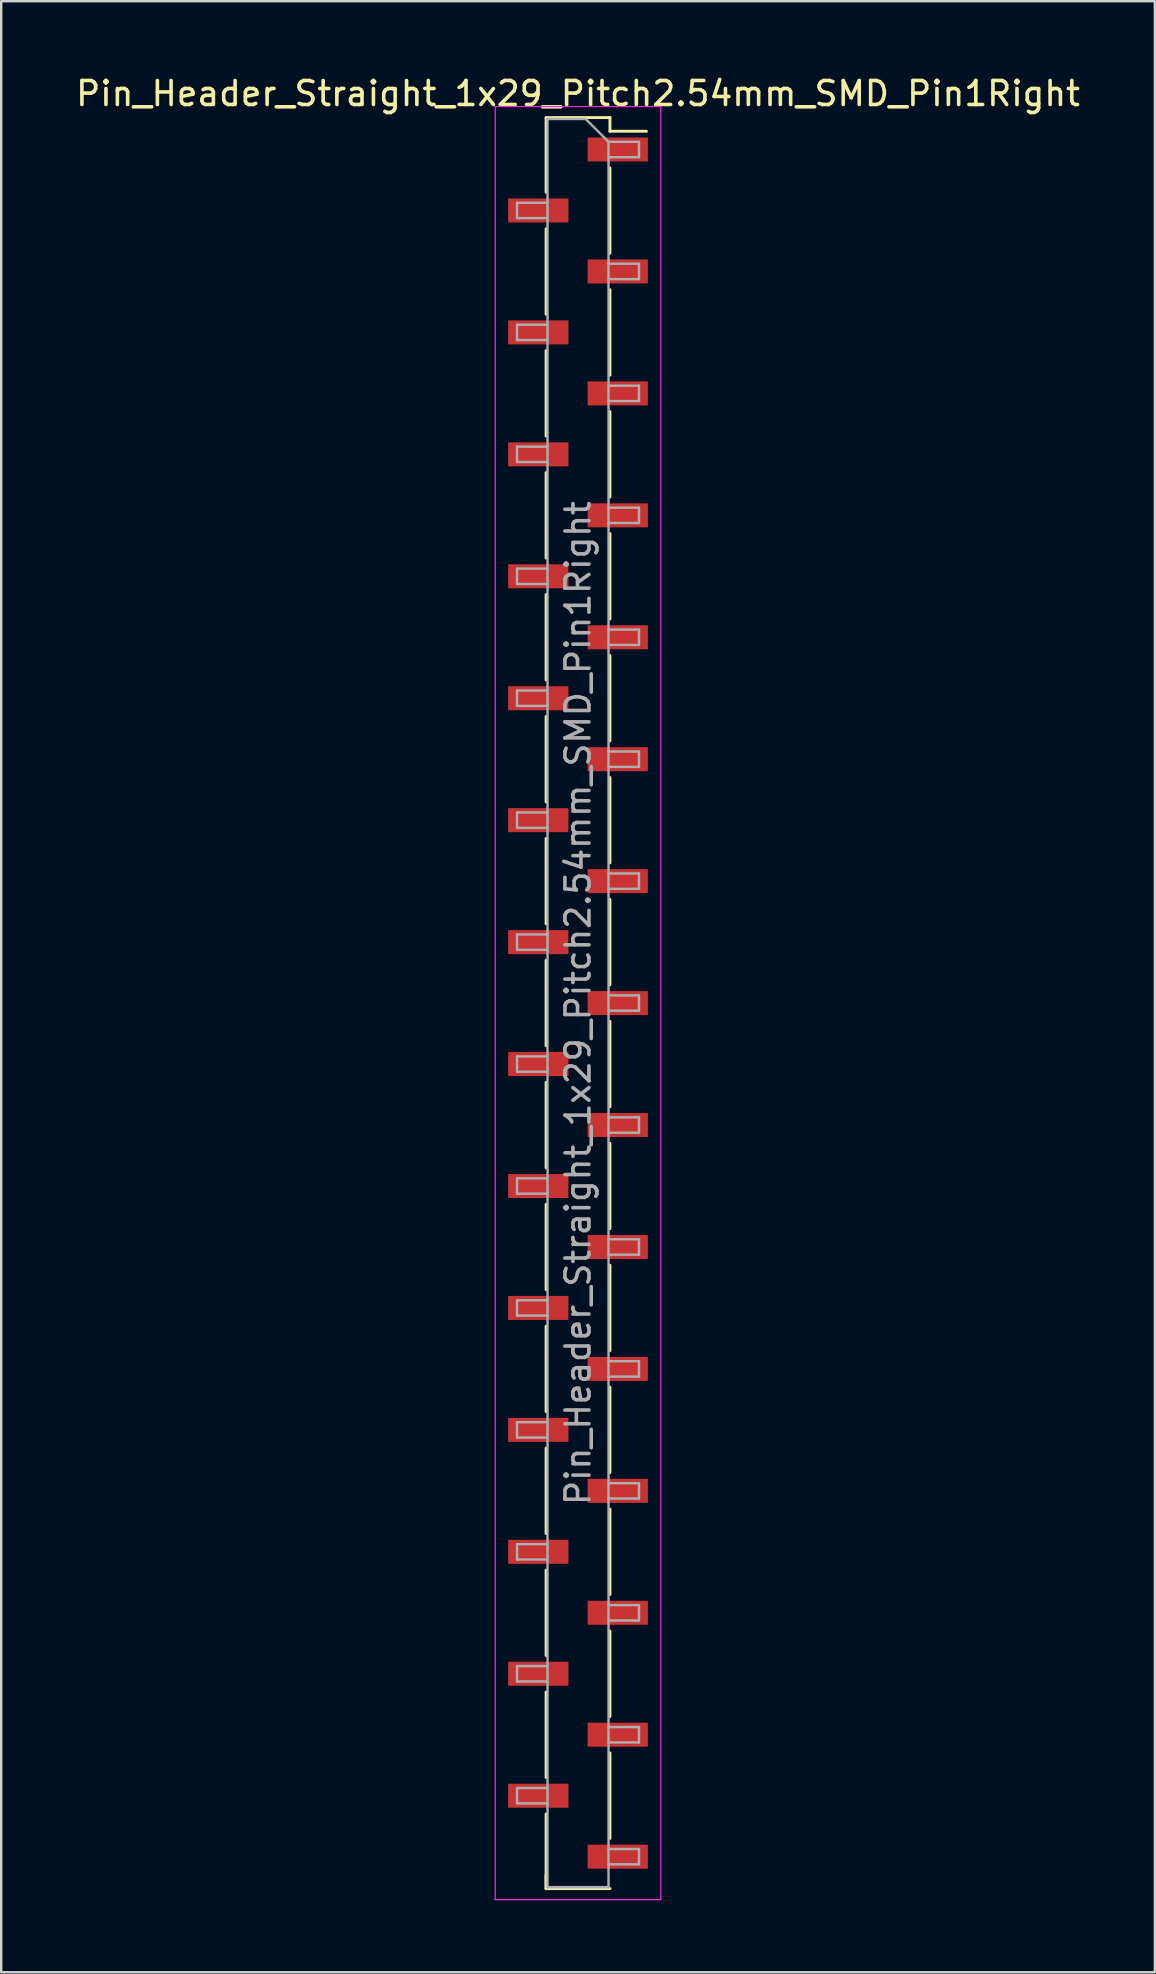
<source format=kicad_pcb>
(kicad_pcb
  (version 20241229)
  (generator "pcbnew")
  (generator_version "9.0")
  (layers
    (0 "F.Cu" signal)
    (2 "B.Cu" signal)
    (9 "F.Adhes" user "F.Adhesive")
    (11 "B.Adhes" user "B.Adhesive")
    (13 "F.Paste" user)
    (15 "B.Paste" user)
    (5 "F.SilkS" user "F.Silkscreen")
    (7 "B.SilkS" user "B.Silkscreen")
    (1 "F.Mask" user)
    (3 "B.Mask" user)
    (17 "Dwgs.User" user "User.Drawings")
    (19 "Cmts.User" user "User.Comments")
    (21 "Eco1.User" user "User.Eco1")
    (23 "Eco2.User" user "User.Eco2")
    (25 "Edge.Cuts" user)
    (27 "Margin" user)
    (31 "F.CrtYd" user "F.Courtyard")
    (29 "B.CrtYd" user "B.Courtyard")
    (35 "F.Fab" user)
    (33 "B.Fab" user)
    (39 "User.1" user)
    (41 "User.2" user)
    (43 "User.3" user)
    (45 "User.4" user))
  (footprint "Pin_Header_Straight_1x29_Pitch2.54mm_SMD_Pin1Right"
    (layer "F.Cu")
    (at 21.03 38.738)
    (property "Reference" "Pin_Header_Straight_1x29_Pitch2.54mm_SMD_Pin1Right" (at 0 -37.89 0) (layer "F.SilkS") (effects (font (size 1 1) (thickness 0.15))))
    (attr smd)
    (fp_line (start -1.33 -36.89) (end -1.33 -33.78) (stroke (width 0.12) (type solid)) (layer "F.SilkS"))
    (fp_line (start -1.33 -36.89) (end 1.33 -36.89) (stroke (width 0.12) (type solid)) (layer "F.SilkS"))
    (fp_line (start -1.33 -32.26) (end -1.33 -28.7) (stroke (width 0.12) (type solid)) (layer "F.SilkS"))
    (fp_line (start -1.33 -27.18) (end -1.33 -23.62) (stroke (width 0.12) (type solid)) (layer "F.SilkS"))
    (fp_line (start -1.33 -22.1) (end -1.33 -18.54) (stroke (width 0.12) (type solid)) (layer "F.SilkS"))
    (fp_line (start -1.33 -17.02) (end -1.33 -13.46) (stroke (width 0.12) (type solid)) (layer "F.SilkS"))
    (fp_line (start -1.33 -11.94) (end -1.33 -8.38) (stroke (width 0.12) (type solid)) (layer "F.SilkS"))
    (fp_line (start -1.33 -6.86) (end -1.33 -3.3) (stroke (width 0.12) (type solid)) (layer "F.SilkS"))
    (fp_line (start -1.33 -1.78) (end -1.33 1.78) (stroke (width 0.12) (type solid)) (layer "F.SilkS"))
    (fp_line (start -1.33 3.3) (end -1.33 6.86) (stroke (width 0.12) (type solid)) (layer "F.SilkS"))
    (fp_line (start -1.33 8.38) (end -1.33 11.94) (stroke (width 0.12) (type solid)) (layer "F.SilkS"))
    (fp_line (start -1.33 13.46) (end -1.33 17.02) (stroke (width 0.12) (type solid)) (layer "F.SilkS"))
    (fp_line (start -1.33 18.54) (end -1.33 22.1) (stroke (width 0.12) (type solid)) (layer "F.SilkS"))
    (fp_line (start -1.33 23.62) (end -1.33 27.18) (stroke (width 0.12) (type solid)) (layer "F.SilkS"))
    (fp_line (start -1.33 28.7) (end -1.33 32.26) (stroke (width 0.12) (type solid)) (layer "F.SilkS"))
    (fp_line (start -1.33 33.78) (end -1.33 36.89) (stroke (width 0.12) (type solid)) (layer "F.SilkS"))
    (fp_line (start -1.33 36.32) (end -1.33 36.89) (stroke (width 0.12) (type solid)) (layer "F.SilkS"))
    (fp_line (start -1.33 36.89) (end 1.33 36.89) (stroke (width 0.12) (type solid)) (layer "F.SilkS"))
    (fp_line (start 1.33 -36.89) (end 1.33 -36.32) (stroke (width 0.12) (type solid)) (layer "F.SilkS"))
    (fp_line (start 1.33 -36.32) (end 2.85 -36.32) (stroke (width 0.12) (type solid)) (layer "F.SilkS"))
    (fp_line (start 1.33 -34.8) (end 1.33 -31.24) (stroke (width 0.12) (type solid)) (layer "F.SilkS"))
    (fp_line (start 1.33 -29.72) (end 1.33 -26.16) (stroke (width 0.12) (type solid)) (layer "F.SilkS"))
    (fp_line (start 1.33 -24.64) (end 1.33 -21.08) (stroke (width 0.12) (type solid)) (layer "F.SilkS"))
    (fp_line (start 1.33 -19.56) (end 1.33 -16) (stroke (width 0.12) (type solid)) (layer "F.SilkS"))
    (fp_line (start 1.33 -14.48) (end 1.33 -10.92) (stroke (width 0.12) (type solid)) (layer "F.SilkS"))
    (fp_line (start 1.33 -9.4) (end 1.33 -5.84) (stroke (width 0.12) (type solid)) (layer "F.SilkS"))
    (fp_line (start 1.33 -4.32) (end 1.33 -0.76) (stroke (width 0.12) (type solid)) (layer "F.SilkS"))
    (fp_line (start 1.33 0.76) (end 1.33 4.32) (stroke (width 0.12) (type solid)) (layer "F.SilkS"))
    (fp_line (start 1.33 5.84) (end 1.33 9.4) (stroke (width 0.12) (type solid)) (layer "F.SilkS"))
    (fp_line (start 1.33 10.92) (end 1.33 14.48) (stroke (width 0.12) (type solid)) (layer "F.SilkS"))
    (fp_line (start 1.33 16) (end 1.33 19.56) (stroke (width 0.12) (type solid)) (layer "F.SilkS"))
    (fp_line (start 1.33 21.08) (end 1.33 24.64) (stroke (width 0.12) (type solid)) (layer "F.SilkS"))
    (fp_line (start 1.33 26.16) (end 1.33 29.72) (stroke (width 0.12) (type solid)) (layer "F.SilkS"))
    (fp_line (start 1.33 31.24) (end 1.33 34.8) (stroke (width 0.12) (type solid)) (layer "F.SilkS"))
    (fp_line (start -3.45 -37.35) (end -3.45 37.35) (stroke (width 0.05) (type solid)) (layer "F.CrtYd"))
    (fp_line (start -3.45 37.35) (end 3.45 37.35) (stroke (width 0.05) (type solid)) (layer "F.CrtYd"))
    (fp_line (start 3.45 -37.35) (end -3.45 -37.35) (stroke (width 0.05) (type solid)) (layer "F.CrtYd"))
    (fp_line (start 3.45 37.35) (end 3.45 -37.35) (stroke (width 0.05) (type solid)) (layer "F.CrtYd"))
    (fp_line (start -2.54 -33.34) (end -2.54 -32.7) (stroke (width 0.1) (type solid)) (layer "F.Fab"))
    (fp_line (start -2.54 -32.7) (end -1.27 -32.7) (stroke (width 0.1) (type solid)) (layer "F.Fab"))
    (fp_line (start -2.54 -28.26) (end -2.54 -27.62) (stroke (width 0.1) (type solid)) (layer "F.Fab"))
    (fp_line (start -2.54 -27.62) (end -1.27 -27.62) (stroke (width 0.1) (type solid)) (layer "F.Fab"))
    (fp_line (start -2.54 -23.18) (end -2.54 -22.54) (stroke (width 0.1) (type solid)) (layer "F.Fab"))
    (fp_line (start -2.54 -22.54) (end -1.27 -22.54) (stroke (width 0.1) (type solid)) (layer "F.Fab"))
    (fp_line (start -2.54 -18.1) (end -2.54 -17.46) (stroke (width 0.1) (type solid)) (layer "F.Fab"))
    (fp_line (start -2.54 -17.46) (end -1.27 -17.46) (stroke (width 0.1) (type solid)) (layer "F.Fab"))
    (fp_line (start -2.54 -13.02) (end -2.54 -12.38) (stroke (width 0.1) (type solid)) (layer "F.Fab"))
    (fp_line (start -2.54 -12.38) (end -1.27 -12.38) (stroke (width 0.1) (type solid)) (layer "F.Fab"))
    (fp_line (start -2.54 -7.94) (end -2.54 -7.3) (stroke (width 0.1) (type solid)) (layer "F.Fab"))
    (fp_line (start -2.54 -7.3) (end -1.27 -7.3) (stroke (width 0.1) (type solid)) (layer "F.Fab"))
    (fp_line (start -2.54 -2.86) (end -2.54 -2.22) (stroke (width 0.1) (type solid)) (layer "F.Fab"))
    (fp_line (start -2.54 -2.22) (end -1.27 -2.22) (stroke (width 0.1) (type solid)) (layer "F.Fab"))
    (fp_line (start -2.54 2.22) (end -2.54 2.86) (stroke (width 0.1) (type solid)) (layer "F.Fab"))
    (fp_line (start -2.54 2.86) (end -1.27 2.86) (stroke (width 0.1) (type solid)) (layer "F.Fab"))
    (fp_line (start -2.54 7.3) (end -2.54 7.94) (stroke (width 0.1) (type solid)) (layer "F.Fab"))
    (fp_line (start -2.54 7.94) (end -1.27 7.94) (stroke (width 0.1) (type solid)) (layer "F.Fab"))
    (fp_line (start -2.54 12.38) (end -2.54 13.02) (stroke (width 0.1) (type solid)) (layer "F.Fab"))
    (fp_line (start -2.54 13.02) (end -1.27 13.02) (stroke (width 0.1) (type solid)) (layer "F.Fab"))
    (fp_line (start -2.54 17.46) (end -2.54 18.1) (stroke (width 0.1) (type solid)) (layer "F.Fab"))
    (fp_line (start -2.54 18.1) (end -1.27 18.1) (stroke (width 0.1) (type solid)) (layer "F.Fab"))
    (fp_line (start -2.54 22.54) (end -2.54 23.18) (stroke (width 0.1) (type solid)) (layer "F.Fab"))
    (fp_line (start -2.54 23.18) (end -1.27 23.18) (stroke (width 0.1) (type solid)) (layer "F.Fab"))
    (fp_line (start -2.54 27.62) (end -2.54 28.26) (stroke (width 0.1) (type solid)) (layer "F.Fab"))
    (fp_line (start -2.54 28.26) (end -1.27 28.26) (stroke (width 0.1) (type solid)) (layer "F.Fab"))
    (fp_line (start -2.54 32.7) (end -2.54 33.34) (stroke (width 0.1) (type solid)) (layer "F.Fab"))
    (fp_line (start -2.54 33.34) (end -1.27 33.34) (stroke (width 0.1) (type solid)) (layer "F.Fab"))
    (fp_line (start -1.27 -36.83) (end -1.27 36.83) (stroke (width 0.1) (type solid)) (layer "F.Fab"))
    (fp_line (start -1.27 -36.83) (end 0.32 -36.83) (stroke (width 0.1) (type solid)) (layer "F.Fab"))
    (fp_line (start -1.27 -33.34) (end -2.54 -33.34) (stroke (width 0.1) (type solid)) (layer "F.Fab"))
    (fp_line (start -1.27 -28.26) (end -2.54 -28.26) (stroke (width 0.1) (type solid)) (layer "F.Fab"))
    (fp_line (start -1.27 -23.18) (end -2.54 -23.18) (stroke (width 0.1) (type solid)) (layer "F.Fab"))
    (fp_line (start -1.27 -18.1) (end -2.54 -18.1) (stroke (width 0.1) (type solid)) (layer "F.Fab"))
    (fp_line (start -1.27 -13.02) (end -2.54 -13.02) (stroke (width 0.1) (type solid)) (layer "F.Fab"))
    (fp_line (start -1.27 -7.94) (end -2.54 -7.94) (stroke (width 0.1) (type solid)) (layer "F.Fab"))
    (fp_line (start -1.27 -2.86) (end -2.54 -2.86) (stroke (width 0.1) (type solid)) (layer "F.Fab"))
    (fp_line (start -1.27 2.22) (end -2.54 2.22) (stroke (width 0.1) (type solid)) (layer "F.Fab"))
    (fp_line (start -1.27 7.3) (end -2.54 7.3) (stroke (width 0.1) (type solid)) (layer "F.Fab"))
    (fp_line (start -1.27 12.38) (end -2.54 12.38) (stroke (width 0.1) (type solid)) (layer "F.Fab"))
    (fp_line (start -1.27 17.46) (end -2.54 17.46) (stroke (width 0.1) (type solid)) (layer "F.Fab"))
    (fp_line (start -1.27 22.54) (end -2.54 22.54) (stroke (width 0.1) (type solid)) (layer "F.Fab"))
    (fp_line (start -1.27 27.62) (end -2.54 27.62) (stroke (width 0.1) (type solid)) (layer "F.Fab"))
    (fp_line (start -1.27 32.7) (end -2.54 32.7) (stroke (width 0.1) (type solid)) (layer "F.Fab"))
    (fp_line (start 1.27 -35.88) (end 0.32 -36.83) (stroke (width 0.1) (type solid)) (layer "F.Fab"))
    (fp_line (start 1.27 -35.88) (end 2.54 -35.88) (stroke (width 0.1) (type solid)) (layer "F.Fab"))
    (fp_line (start 1.27 -30.8) (end 2.54 -30.8) (stroke (width 0.1) (type solid)) (layer "F.Fab"))
    (fp_line (start 1.27 -25.72) (end 2.54 -25.72) (stroke (width 0.1) (type solid)) (layer "F.Fab"))
    (fp_line (start 1.27 -20.64) (end 2.54 -20.64) (stroke (width 0.1) (type solid)) (layer "F.Fab"))
    (fp_line (start 1.27 -15.56) (end 2.54 -15.56) (stroke (width 0.1) (type solid)) (layer "F.Fab"))
    (fp_line (start 1.27 -10.48) (end 2.54 -10.48) (stroke (width 0.1) (type solid)) (layer "F.Fab"))
    (fp_line (start 1.27 -5.4) (end 2.54 -5.4) (stroke (width 0.1) (type solid)) (layer "F.Fab"))
    (fp_line (start 1.27 -0.32) (end 2.54 -0.32) (stroke (width 0.1) (type solid)) (layer "F.Fab"))
    (fp_line (start 1.27 4.76) (end 2.54 4.76) (stroke (width 0.1) (type solid)) (layer "F.Fab"))
    (fp_line (start 1.27 9.84) (end 2.54 9.84) (stroke (width 0.1) (type solid)) (layer "F.Fab"))
    (fp_line (start 1.27 14.92) (end 2.54 14.92) (stroke (width 0.1) (type solid)) (layer "F.Fab"))
    (fp_line (start 1.27 20) (end 2.54 20) (stroke (width 0.1) (type solid)) (layer "F.Fab"))
    (fp_line (start 1.27 25.08) (end 2.54 25.08) (stroke (width 0.1) (type solid)) (layer "F.Fab"))
    (fp_line (start 1.27 30.16) (end 2.54 30.16) (stroke (width 0.1) (type solid)) (layer "F.Fab"))
    (fp_line (start 1.27 35.24) (end 2.54 35.24) (stroke (width 0.1) (type solid)) (layer "F.Fab"))
    (fp_line (start 1.27 36.83) (end -1.27 36.83) (stroke (width 0.1) (type solid)) (layer "F.Fab"))
    (fp_line (start 1.27 36.83) (end 1.27 -35.88) (stroke (width 0.1) (type solid)) (layer "F.Fab"))
    (fp_line (start 2.54 -35.88) (end 2.54 -35.24) (stroke (width 0.1) (type solid)) (layer "F.Fab"))
    (fp_line (start 2.54 -35.24) (end 1.27 -35.24) (stroke (width 0.1) (type solid)) (layer "F.Fab"))
    (fp_line (start 2.54 -30.8) (end 2.54 -30.16) (stroke (width 0.1) (type solid)) (layer "F.Fab"))
    (fp_line (start 2.54 -30.16) (end 1.27 -30.16) (stroke (width 0.1) (type solid)) (layer "F.Fab"))
    (fp_line (start 2.54 -25.72) (end 2.54 -25.08) (stroke (width 0.1) (type solid)) (layer "F.Fab"))
    (fp_line (start 2.54 -25.08) (end 1.27 -25.08) (stroke (width 0.1) (type solid)) (layer "F.Fab"))
    (fp_line (start 2.54 -20.64) (end 2.54 -20) (stroke (width 0.1) (type solid)) (layer "F.Fab"))
    (fp_line (start 2.54 -20) (end 1.27 -20) (stroke (width 0.1) (type solid)) (layer "F.Fab"))
    (fp_line (start 2.54 -15.56) (end 2.54 -14.92) (stroke (width 0.1) (type solid)) (layer "F.Fab"))
    (fp_line (start 2.54 -14.92) (end 1.27 -14.92) (stroke (width 0.1) (type solid)) (layer "F.Fab"))
    (fp_line (start 2.54 -10.48) (end 2.54 -9.84) (stroke (width 0.1) (type solid)) (layer "F.Fab"))
    (fp_line (start 2.54 -9.84) (end 1.27 -9.84) (stroke (width 0.1) (type solid)) (layer "F.Fab"))
    (fp_line (start 2.54 -5.4) (end 2.54 -4.76) (stroke (width 0.1) (type solid)) (layer "F.Fab"))
    (fp_line (start 2.54 -4.76) (end 1.27 -4.76) (stroke (width 0.1) (type solid)) (layer "F.Fab"))
    (fp_line (start 2.54 -0.32) (end 2.54 0.32) (stroke (width 0.1) (type solid)) (layer "F.Fab"))
    (fp_line (start 2.54 0.32) (end 1.27 0.32) (stroke (width 0.1) (type solid)) (layer "F.Fab"))
    (fp_line (start 2.54 4.76) (end 2.54 5.4) (stroke (width 0.1) (type solid)) (layer "F.Fab"))
    (fp_line (start 2.54 5.4) (end 1.27 5.4) (stroke (width 0.1) (type solid)) (layer "F.Fab"))
    (fp_line (start 2.54 9.84) (end 2.54 10.48) (stroke (width 0.1) (type solid)) (layer "F.Fab"))
    (fp_line (start 2.54 10.48) (end 1.27 10.48) (stroke (width 0.1) (type solid)) (layer "F.Fab"))
    (fp_line (start 2.54 14.92) (end 2.54 15.56) (stroke (width 0.1) (type solid)) (layer "F.Fab"))
    (fp_line (start 2.54 15.56) (end 1.27 15.56) (stroke (width 0.1) (type solid)) (layer "F.Fab"))
    (fp_line (start 2.54 20) (end 2.54 20.64) (stroke (width 0.1) (type solid)) (layer "F.Fab"))
    (fp_line (start 2.54 20.64) (end 1.27 20.64) (stroke (width 0.1) (type solid)) (layer "F.Fab"))
    (fp_line (start 2.54 25.08) (end 2.54 25.72) (stroke (width 0.1) (type solid)) (layer "F.Fab"))
    (fp_line (start 2.54 25.72) (end 1.27 25.72) (stroke (width 0.1) (type solid)) (layer "F.Fab"))
    (fp_line (start 2.54 30.16) (end 2.54 30.8) (stroke (width 0.1) (type solid)) (layer "F.Fab"))
    (fp_line (start 2.54 30.8) (end 1.27 30.8) (stroke (width 0.1) (type solid)) (layer "F.Fab"))
    (fp_line (start 2.54 35.24) (end 2.54 35.88) (stroke (width 0.1) (type solid)) (layer "F.Fab"))
    (fp_line (start 2.54 35.88) (end 1.27 35.88) (stroke (width 0.1) (type solid)) (layer "F.Fab"))
    (fp_text user "${REFERENCE}" (at 0 0 90) (layer "F.Fab") (effects (font (size 1 1) (thickness 0.15))))
    (pad "1" smd rect (at 1.655 -35.56) (size 2.51 1) (layers "F.Cu" "F.Mask" "F.Paste"))
    (pad "2" smd rect (at -1.655 -33.02) (size 2.51 1) (layers "F.Cu" "F.Mask" "F.Paste"))
    (pad "3" smd rect (at 1.655 -30.48) (size 2.51 1) (layers "F.Cu" "F.Mask" "F.Paste"))
    (pad "4" smd rect (at -1.655 -27.94) (size 2.51 1) (layers "F.Cu" "F.Mask" "F.Paste"))
    (pad "5" smd rect (at 1.655 -25.4) (size 2.51 1) (layers "F.Cu" "F.Mask" "F.Paste"))
    (pad "6" smd rect (at -1.655 -22.86) (size 2.51 1) (layers "F.Cu" "F.Mask" "F.Paste"))
    (pad "7" smd rect (at 1.655 -20.32) (size 2.51 1) (layers "F.Cu" "F.Mask" "F.Paste"))
    (pad "8" smd rect (at -1.655 -17.78) (size 2.51 1) (layers "F.Cu" "F.Mask" "F.Paste"))
    (pad "9" smd rect (at 1.655 -15.24) (size 2.51 1) (layers "F.Cu" "F.Mask" "F.Paste"))
    (pad "10" smd rect (at -1.655 -12.7) (size 2.51 1) (layers "F.Cu" "F.Mask" "F.Paste"))
    (pad "11" smd rect (at 1.655 -10.16) (size 2.51 1) (layers "F.Cu" "F.Mask" "F.Paste"))
    (pad "12" smd rect (at -1.655 -7.62) (size 2.51 1) (layers "F.Cu" "F.Mask" "F.Paste"))
    (pad "13" smd rect (at 1.655 -5.08) (size 2.51 1) (layers "F.Cu" "F.Mask" "F.Paste"))
    (pad "14" smd rect (at -1.655 -2.54) (size 2.51 1) (layers "F.Cu" "F.Mask" "F.Paste"))
    (pad "15" smd rect (at 1.655 0) (size 2.51 1) (layers "F.Cu" "F.Mask" "F.Paste"))
    (pad "16" smd rect (at -1.655 2.54) (size 2.51 1) (layers "F.Cu" "F.Mask" "F.Paste"))
    (pad "17" smd rect (at 1.655 5.08) (size 2.51 1) (layers "F.Cu" "F.Mask" "F.Paste"))
    (pad "18" smd rect (at -1.655 7.62) (size 2.51 1) (layers "F.Cu" "F.Mask" "F.Paste"))
    (pad "19" smd rect (at 1.655 10.16) (size 2.51 1) (layers "F.Cu" "F.Mask" "F.Paste"))
    (pad "20" smd rect (at -1.655 12.7) (size 2.51 1) (layers "F.Cu" "F.Mask" "F.Paste"))
    (pad "21" smd rect (at 1.655 15.24) (size 2.51 1) (layers "F.Cu" "F.Mask" "F.Paste"))
    (pad "22" smd rect (at -1.655 17.78) (size 2.51 1) (layers "F.Cu" "F.Mask" "F.Paste"))
    (pad "23" smd rect (at 1.655 20.32) (size 2.51 1) (layers "F.Cu" "F.Mask" "F.Paste"))
    (pad "24" smd rect (at -1.655 22.86) (size 2.51 1) (layers "F.Cu" "F.Mask" "F.Paste"))
    (pad "25" smd rect (at 1.655 25.4) (size 2.51 1) (layers "F.Cu" "F.Mask" "F.Paste"))
    (pad "26" smd rect (at -1.655 27.94) (size 2.51 1) (layers "F.Cu" "F.Mask" "F.Paste"))
    (pad "27" smd rect (at 1.655 30.48) (size 2.51 1) (layers "F.Cu" "F.Mask" "F.Paste"))
    (pad "28" smd rect (at -1.655 33.02) (size 2.51 1) (layers "F.Cu" "F.Mask" "F.Paste"))
    (pad "29" smd rect (at 1.655 35.56) (size 2.51 1) (layers "F.Cu" "F.Mask" "F.Paste")))
  (gr_rect
    (start -3 -3)
    (end 45.06 79.113)
    (stroke (width 0.1) (type default))
    (fill no)
    (layer "Edge.Cuts")))
</source>
